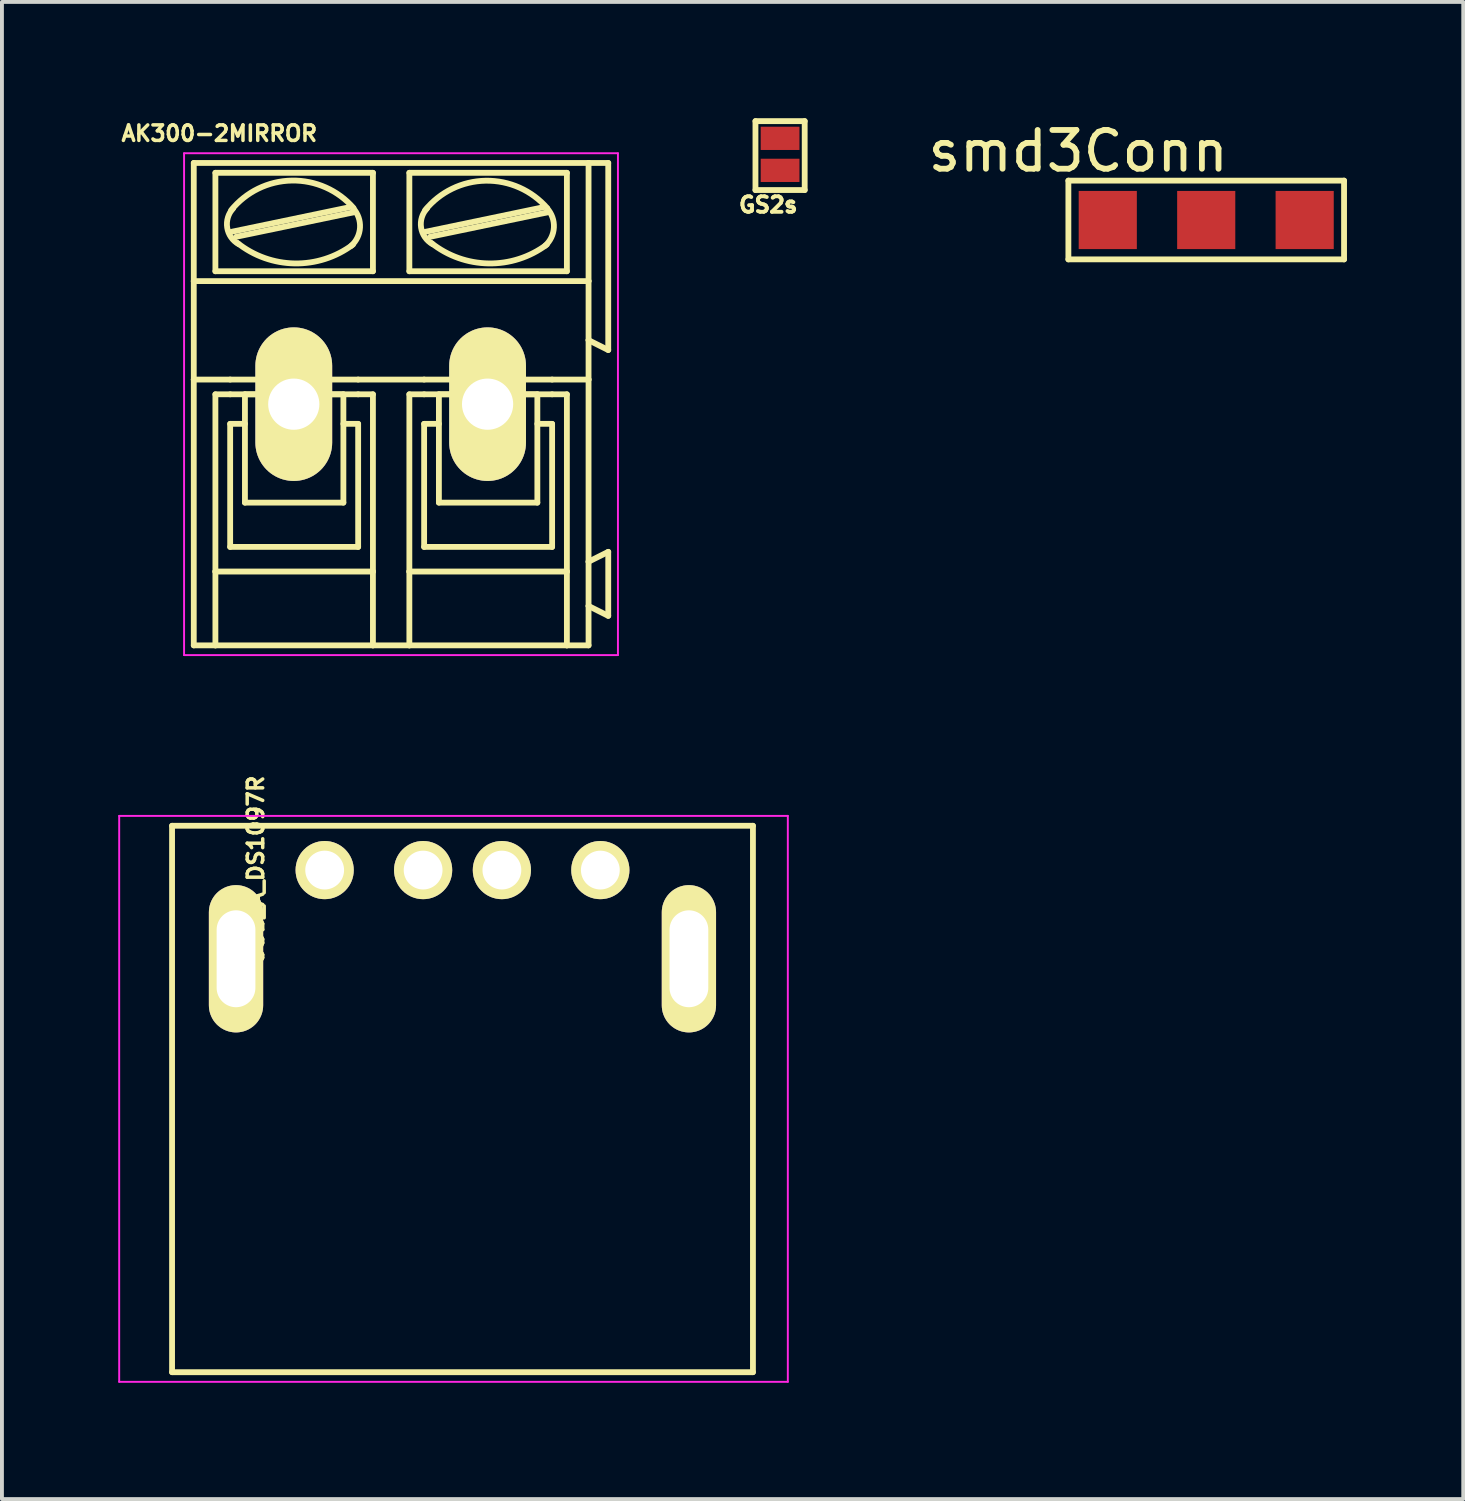
<source format=kicad_pcb>
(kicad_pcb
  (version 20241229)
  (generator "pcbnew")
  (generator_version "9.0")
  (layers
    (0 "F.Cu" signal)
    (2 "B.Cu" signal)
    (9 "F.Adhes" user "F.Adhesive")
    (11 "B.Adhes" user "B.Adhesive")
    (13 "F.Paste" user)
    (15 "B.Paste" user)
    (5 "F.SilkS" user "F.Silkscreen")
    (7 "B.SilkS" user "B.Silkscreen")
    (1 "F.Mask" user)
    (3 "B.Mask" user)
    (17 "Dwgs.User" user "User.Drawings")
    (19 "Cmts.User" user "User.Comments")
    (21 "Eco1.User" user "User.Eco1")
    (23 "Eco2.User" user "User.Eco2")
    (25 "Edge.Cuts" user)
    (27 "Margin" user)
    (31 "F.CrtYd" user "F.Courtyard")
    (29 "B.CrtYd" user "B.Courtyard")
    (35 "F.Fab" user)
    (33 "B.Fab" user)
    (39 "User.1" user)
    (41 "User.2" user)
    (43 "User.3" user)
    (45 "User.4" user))
  (footprint "smd3Conn"
    (layer "F.Cu")
    (at 28.069 2.626)
    (property "Reference" "smd3Conn" (at -3.302 -1.778 0) (layer "F.SilkS") (effects (font (size 1 1) (thickness 0.15))))
    (attr through_hole)
    (fp_line (start -3.556 -1.016) (end 3.556 -1.016) (stroke (width 0.15) (type solid)) (layer "F.SilkS"))
    (fp_line (start -3.556 1.016) (end -3.556 -1.016) (stroke (width 0.15) (type solid)) (layer "F.SilkS"))
    (fp_line (start 3.556 -1.016) (end 3.556 1.016) (stroke (width 0.15) (type solid)) (layer "F.SilkS"))
    (fp_line (start 3.556 1.016) (end -3.556 1.016) (stroke (width 0.15) (type solid)) (layer "F.SilkS"))
    (pad "1" smd rect (at -2.54 0) (size 1.5 1.5) (layers "F.Cu" "F.Mask" "F.Paste"))
    (pad "2" smd rect (at 0 0) (size 1.5 1.5) (layers "F.Cu" "F.Mask" "F.Paste"))
    (pad "3" smd rect (at 2.54 0) (size 1.5 1.5) (layers "F.Cu" "F.Mask" "F.Paste")))
  (footprint "USB_A_DS1097R"
    (layer "F.Cu")
    (at 5.325 19.399)
    (property "Reference" "USB_A_DS1097R" (at -1.778 0 90) (layer "F.SilkS") (effects (font (size 0.4 0.4) (thickness 0.09))))
    (attr through_hole)
    (fp_line (start -3.936 12.952) (end -3.936 -1.145) (stroke (width 0.15) (type solid)) (layer "F.SilkS"))
    (fp_line (start 11.05 -1.145) (end -3.936 -1.145) (stroke (width 0.15) (type solid)) (layer "F.SilkS"))
    (fp_line (start 11.05 -1.145) (end 11.05 12.952) (stroke (width 0.15) (type solid)) (layer "F.SilkS"))
    (fp_line (start 11.05 12.952) (end -3.936 12.952) (stroke (width 0.15) (type solid)) (layer "F.SilkS"))
    (fp_line (start -5.3 -1.4) (end 11.95 -1.4) (stroke (width 0.05) (type solid)) (layer "F.CrtYd"))
    (fp_line (start -5.3 13.2) (end -5.3 -1.4) (stroke (width 0.05) (type solid)) (layer "F.CrtYd"))
    (fp_line (start -5.3 13.2) (end 11.95 13.2) (stroke (width 0.05) (type solid)) (layer "F.CrtYd"))
    (fp_line (start 11.95 -1.4) (end 11.95 13.2) (stroke (width 0.05) (type solid)) (layer "F.CrtYd"))
    (pad "1" thru_hole circle (at 7.113 -0.002 270) (size 1.501 1.501) (drill 1.001) (layers "*.Cu" "*.Mask" "F.SilkS"))
    (pad "2" thru_hole circle (at 4.573 -0.002 270) (size 1.501 1.501) (drill 1.001) (layers "*.Cu" "*.Mask" "F.SilkS"))
    (pad "3" thru_hole circle (at 2.541 -0.002 270) (size 1.501 1.501) (drill 1.001) (layers "*.Cu" "*.Mask" "F.SilkS"))
    (pad "4" thru_hole circle (at 0.001 -0.002 270) (size 1.501 1.501) (drill 1.001) (layers "*.Cu" "*.Mask" "F.SilkS"))
    (pad "5" thru_hole oval (at -2.286 2.286 270) (size 3.8 1.4) (drill oval 2.5 1) (layers "*.Cu" "*.Mask" "F.SilkS"))
    (pad "5" thru_hole oval (at 9.398 2.286 270) (size 3.8 1.4) (drill oval 2.5 1) (layers "*.Cu" "*.Mask" "F.SilkS")))
  (footprint "GS2s"
    (layer "F.Cu")
    (at 17.075 0.964)
    (property "Reference" "GS2s" (at -0.305 1.27 0) (layer "F.SilkS") (effects (font (size 0.4 0.4) (thickness 0.1))))
    (attr exclude_from_pos_files exclude_from_bom)
    (fp_line (start -0.635 -0.889) (end -0.635 0.889) (stroke (width 0.15) (type solid)) (layer "F.SilkS"))
    (fp_line (start -0.635 0.889) (end 0.635 0.889) (stroke (width 0.15) (type solid)) (layer "F.SilkS"))
    (fp_line (start 0.635 -0.889) (end -0.635 -0.889) (stroke (width 0.15) (type solid)) (layer "F.SilkS"))
    (fp_line (start 0.635 0.889) (end 0.635 -0.889) (stroke (width 0.15) (type solid)) (layer "F.SilkS"))
    (pad "1" smd rect (at 0 -0.445) (size 1 0.6) (layers "F.Cu" "F.Mask"))
    (pad "2" smd rect (at 0 0.381) (size 1 0.6) (layers "F.Cu" "F.Mask")))
  (footprint "AK300-2MIRROR"
    (layer "F.Cu")
    (at 4.529 7.377)
    (property "Reference" "AK300-2MIRROR" (at -1.92 -6.985 0) (layer "F.SilkS") (effects (font (size 0.4 0.4) (thickness 0.09))))
    (attr exclude_from_pos_files exclude_from_bom)
    (fp_line (start -2.58 -3.175) (end -2.58 -6.223) (stroke (width 0.15) (type solid)) (layer "F.SilkS"))
    (fp_line (start -2.58 -3.175) (end 7.605 -3.175) (stroke (width 0.15) (type solid)) (layer "F.SilkS"))
    (fp_line (start -2.58 -0.635) (end -2.58 -3.175) (stroke (width 0.15) (type solid)) (layer "F.SilkS"))
    (fp_line (start -2.58 -0.635) (end -1.641 -0.635) (stroke (width 0.15) (type solid)) (layer "F.SilkS"))
    (fp_line (start -2.58 6.223) (end -2.58 -0.635) (stroke (width 0.15) (type solid)) (layer "F.SilkS"))
    (fp_line (start -2.58 6.223) (end -2.022 6.223) (stroke (width 0.15) (type solid)) (layer "F.SilkS"))
    (fp_line (start -2.022 -3.429) (end -2.022 -5.969) (stroke (width 0.15) (type solid)) (layer "F.SilkS"))
    (fp_line (start -2.022 -0.254) (end -2.022 4.318) (stroke (width 0.15) (type solid)) (layer "F.SilkS"))
    (fp_line (start -2.022 -0.254) (end -1.641 -0.254) (stroke (width 0.15) (type solid)) (layer "F.SilkS"))
    (fp_line (start -2.022 4.318) (end -2.022 6.223) (stroke (width 0.15) (type solid)) (layer "F.SilkS"))
    (fp_line (start -2.022 6.223) (end 2.042 6.223) (stroke (width 0.15) (type solid)) (layer "F.SilkS"))
    (fp_line (start -1.641 -0.635) (end 1.661 -0.635) (stroke (width 0.15) (type solid)) (layer "F.SilkS"))
    (fp_line (start -1.641 0.508) (end -1.26 0.508) (stroke (width 0.15) (type solid)) (layer "F.SilkS"))
    (fp_line (start -1.641 3.683) (end -1.641 0.508) (stroke (width 0.15) (type solid)) (layer "F.SilkS"))
    (fp_line (start -1.615 -4.445) (end 1.435 -5.08) (stroke (width 0.15) (type solid)) (layer "F.SilkS"))
    (fp_line (start -1.488 -4.318) (end 1.56 -4.953) (stroke (width 0.15) (type solid)) (layer "F.SilkS"))
    (fp_line (start -1.26 -0.254) (end 1.28 -0.254) (stroke (width 0.15) (type solid)) (layer "F.SilkS"))
    (fp_line (start -1.26 2.54) (end -1.26 -0.254) (stroke (width 0.15) (type solid)) (layer "F.SilkS"))
    (fp_line (start -1.26 2.54) (end 1.28 2.54) (stroke (width 0.15) (type solid)) (layer "F.SilkS"))
    (fp_line (start 1.28 2.54) (end 1.28 -0.254) (stroke (width 0.15) (type solid)) (layer "F.SilkS"))
    (fp_line (start 1.661 -0.635) (end 3.363 -0.635) (stroke (width 0.15) (type solid)) (layer "F.SilkS"))
    (fp_line (start 1.661 -0.254) (end -1.641 -0.254) (stroke (width 0.15) (type solid)) (layer "F.SilkS"))
    (fp_line (start 1.661 0.508) (end 1.28 0.508) (stroke (width 0.15) (type solid)) (layer "F.SilkS"))
    (fp_line (start 1.661 3.683) (end -1.641 3.683) (stroke (width 0.15) (type solid)) (layer "F.SilkS"))
    (fp_line (start 1.661 3.683) (end 1.661 0.508) (stroke (width 0.15) (type solid)) (layer "F.SilkS"))
    (fp_line (start 2.042 -5.969) (end -2.022 -5.969) (stroke (width 0.15) (type solid)) (layer "F.SilkS"))
    (fp_line (start 2.042 -3.429) (end -2.022 -3.429) (stroke (width 0.15) (type solid)) (layer "F.SilkS"))
    (fp_line (start 2.042 -3.429) (end 2.042 -5.969) (stroke (width 0.15) (type solid)) (layer "F.SilkS"))
    (fp_line (start 2.042 -0.254) (end 1.661 -0.254) (stroke (width 0.15) (type solid)) (layer "F.SilkS"))
    (fp_line (start 2.042 4.318) (end -2.022 4.318) (stroke (width 0.15) (type solid)) (layer "F.SilkS"))
    (fp_line (start 2.042 4.318) (end 2.042 -0.254) (stroke (width 0.15) (type solid)) (layer "F.SilkS"))
    (fp_line (start 2.042 6.223) (end 2.042 4.318) (stroke (width 0.15) (type solid)) (layer "F.SilkS"))
    (fp_line (start 2.042 6.223) (end 2.982 6.223) (stroke (width 0.15) (type solid)) (layer "F.SilkS"))
    (fp_line (start 2.982 -5.969) (end 7.046 -5.969) (stroke (width 0.15) (type solid)) (layer "F.SilkS"))
    (fp_line (start 2.982 -3.429) (end 2.982 -5.969) (stroke (width 0.15) (type solid)) (layer "F.SilkS"))
    (fp_line (start 2.982 -0.254) (end 3.363 -0.254) (stroke (width 0.15) (type solid)) (layer "F.SilkS"))
    (fp_line (start 2.982 4.318) (end 2.982 -0.254) (stroke (width 0.15) (type solid)) (layer "F.SilkS"))
    (fp_line (start 2.982 4.318) (end 7.046 4.318) (stroke (width 0.15) (type solid)) (layer "F.SilkS"))
    (fp_line (start 2.982 6.223) (end 2.982 4.318) (stroke (width 0.15) (type solid)) (layer "F.SilkS"))
    (fp_line (start 2.982 6.223) (end 7.046 6.223) (stroke (width 0.15) (type solid)) (layer "F.SilkS"))
    (fp_line (start 3.363 -0.254) (end 6.665 -0.254) (stroke (width 0.15) (type solid)) (layer "F.SilkS"))
    (fp_line (start 3.363 0.508) (end 3.744 0.508) (stroke (width 0.15) (type solid)) (layer "F.SilkS"))
    (fp_line (start 3.363 3.683) (end 3.363 0.508) (stroke (width 0.15) (type solid)) (layer "F.SilkS"))
    (fp_line (start 3.389 -4.445) (end 6.437 -5.08) (stroke (width 0.15) (type solid)) (layer "F.SilkS"))
    (fp_line (start 3.516 -4.318) (end 6.564 -4.953) (stroke (width 0.15) (type solid)) (layer "F.SilkS"))
    (fp_line (start 3.744 -0.254) (end 6.284 -0.254) (stroke (width 0.15) (type solid)) (layer "F.SilkS"))
    (fp_line (start 3.744 2.54) (end 3.744 -0.254) (stroke (width 0.15) (type solid)) (layer "F.SilkS"))
    (fp_line (start 3.744 2.54) (end 6.284 2.54) (stroke (width 0.15) (type solid)) (layer "F.SilkS"))
    (fp_line (start 6.284 2.54) (end 6.284 -0.254) (stroke (width 0.15) (type solid)) (layer "F.SilkS"))
    (fp_line (start 6.665 -0.635) (end 3.363 -0.635) (stroke (width 0.15) (type solid)) (layer "F.SilkS"))
    (fp_line (start 6.665 0.508) (end 6.284 0.508) (stroke (width 0.15) (type solid)) (layer "F.SilkS"))
    (fp_line (start 6.665 3.683) (end 3.363 3.683) (stroke (width 0.15) (type solid)) (layer "F.SilkS"))
    (fp_line (start 6.665 3.683) (end 6.665 0.508) (stroke (width 0.15) (type solid)) (layer "F.SilkS"))
    (fp_line (start 7.046 -5.969) (end 7.046 -3.429) (stroke (width 0.15) (type solid)) (layer "F.SilkS"))
    (fp_line (start 7.046 -3.429) (end 2.982 -3.429) (stroke (width 0.15) (type solid)) (layer "F.SilkS"))
    (fp_line (start 7.046 -0.254) (end 6.665 -0.254) (stroke (width 0.15) (type solid)) (layer "F.SilkS"))
    (fp_line (start 7.046 -0.254) (end 7.046 4.318) (stroke (width 0.15) (type solid)) (layer "F.SilkS"))
    (fp_line (start 7.046 4.318) (end 7.046 6.223) (stroke (width 0.15) (type solid)) (layer "F.SilkS"))
    (fp_line (start 7.046 6.223) (end 7.605 6.223) (stroke (width 0.15) (type solid)) (layer "F.SilkS"))
    (fp_line (start 7.605 -6.223) (end -2.58 -6.223) (stroke (width 0.15) (type solid)) (layer "F.SilkS"))
    (fp_line (start 7.605 -6.223) (end 7.605 -3.175) (stroke (width 0.15) (type solid)) (layer "F.SilkS"))
    (fp_line (start 7.605 -6.223) (end 8.113 -6.223) (stroke (width 0.15) (type solid)) (layer "F.SilkS"))
    (fp_line (start 7.605 -3.175) (end 7.605 -1.651) (stroke (width 0.15) (type solid)) (layer "F.SilkS"))
    (fp_line (start 7.605 -1.651) (end 7.605 -0.635) (stroke (width 0.15) (type solid)) (layer "F.SilkS"))
    (fp_line (start 7.605 -0.635) (end 6.665 -0.635) (stroke (width 0.15) (type solid)) (layer "F.SilkS"))
    (fp_line (start 7.605 -0.635) (end 7.605 4.064) (stroke (width 0.15) (type solid)) (layer "F.SilkS"))
    (fp_line (start 7.605 4.064) (end 7.605 5.207) (stroke (width 0.15) (type solid)) (layer "F.SilkS"))
    (fp_line (start 7.605 5.207) (end 7.605 6.223) (stroke (width 0.15) (type solid)) (layer "F.SilkS"))
    (fp_line (start 8.113 -6.223) (end 8.113 -1.397) (stroke (width 0.15) (type solid)) (layer "F.SilkS"))
    (fp_line (start 8.113 -1.397) (end 7.605 -1.651) (stroke (width 0.15) (type solid)) (layer "F.SilkS"))
    (fp_line (start 8.113 3.81) (end 7.605 4.064) (stroke (width 0.15) (type solid)) (layer "F.SilkS"))
    (fp_line (start 8.113 3.81) (end 8.113 5.461) (stroke (width 0.15) (type solid)) (layer "F.SilkS"))
    (fp_line (start 8.113 5.461) (end 7.605 5.207) (stroke (width 0.15) (type solid)) (layer "F.SilkS"))
    (fp_arc (start -1.6152 -5.0038) (mid -0.050347 -5.768837) (end 1.541573 -5.061847) (stroke (width 0.15) (type solid)) (layer "F.SilkS"))
    (fp_arc (start -1.41962 -4.1275) (mid -1.717784 -4.553845) (end -1.56452 -5.051019) (stroke (width 0.15) (type solid)) (layer "F.SilkS"))
    (fp_arc (start 1.52678 -4.11734) (mid 0.024731 -3.630479) (end -1.460988 -4.165104) (stroke (width 0.15) (type solid)) (layer "F.SilkS"))
    (fp_arc (start 1.5344 -5.05206) (mid 1.708736 -4.555962) (end 1.47915 -4.08289) (stroke (width 0.15) (type solid)) (layer "F.SilkS"))
    (fp_arc (start 3.3886 -5.0038) (mid 4.951638 -5.764946) (end 6.539411 -5.056844) (stroke (width 0.15) (type solid)) (layer "F.SilkS"))
    (fp_arc (start 3.58164 -4.1275) (mid 3.284456 -4.555849) (end 3.439903 -5.053481) (stroke (width 0.15) (type solid)) (layer "F.SilkS"))
    (fp_arc (start 6.52804 -4.11734) (mid 5.025991 -3.630479) (end 3.540272 -4.165104) (stroke (width 0.15) (type solid)) (layer "F.SilkS"))
    (fp_arc (start 6.53566 -5.05206) (mid 6.710748 -4.557765) (end 6.482972 -4.085429) (stroke (width 0.15) (type solid)) (layer "F.SilkS"))
    (fp_line (start -2.83 -6.473) (end -2.83 6.473) (stroke (width 0.05) (type solid)) (layer "F.CrtYd"))
    (fp_line (start -2.83 6.473) (end 8.363 6.473) (stroke (width 0.05) (type solid)) (layer "F.CrtYd"))
    (fp_line (start 8.363 -6.473) (end -2.83 -6.473) (stroke (width 0.05) (type solid)) (layer "F.CrtYd"))
    (fp_line (start 8.363 6.473) (end 8.363 -6.473) (stroke (width 0.05) (type solid)) (layer "F.CrtYd"))
    (pad "1" thru_hole oval (at 5 0) (size 1.981 3.962) (drill 1.321) (layers "*.Cu" "F.Mask" "F.SilkS" "F.Paste"))
    (pad "2" thru_hole oval (at 0 0) (size 1.981 3.962) (drill 1.321) (layers "*.Cu" "F.Mask" "F.SilkS" "F.Paste")))
  (gr_rect
    (start -3 -3)
    (end 34.7 35.624)
    (stroke (width 0.1) (type default))
    (fill no)
    (layer "Edge.Cuts")))
</source>
